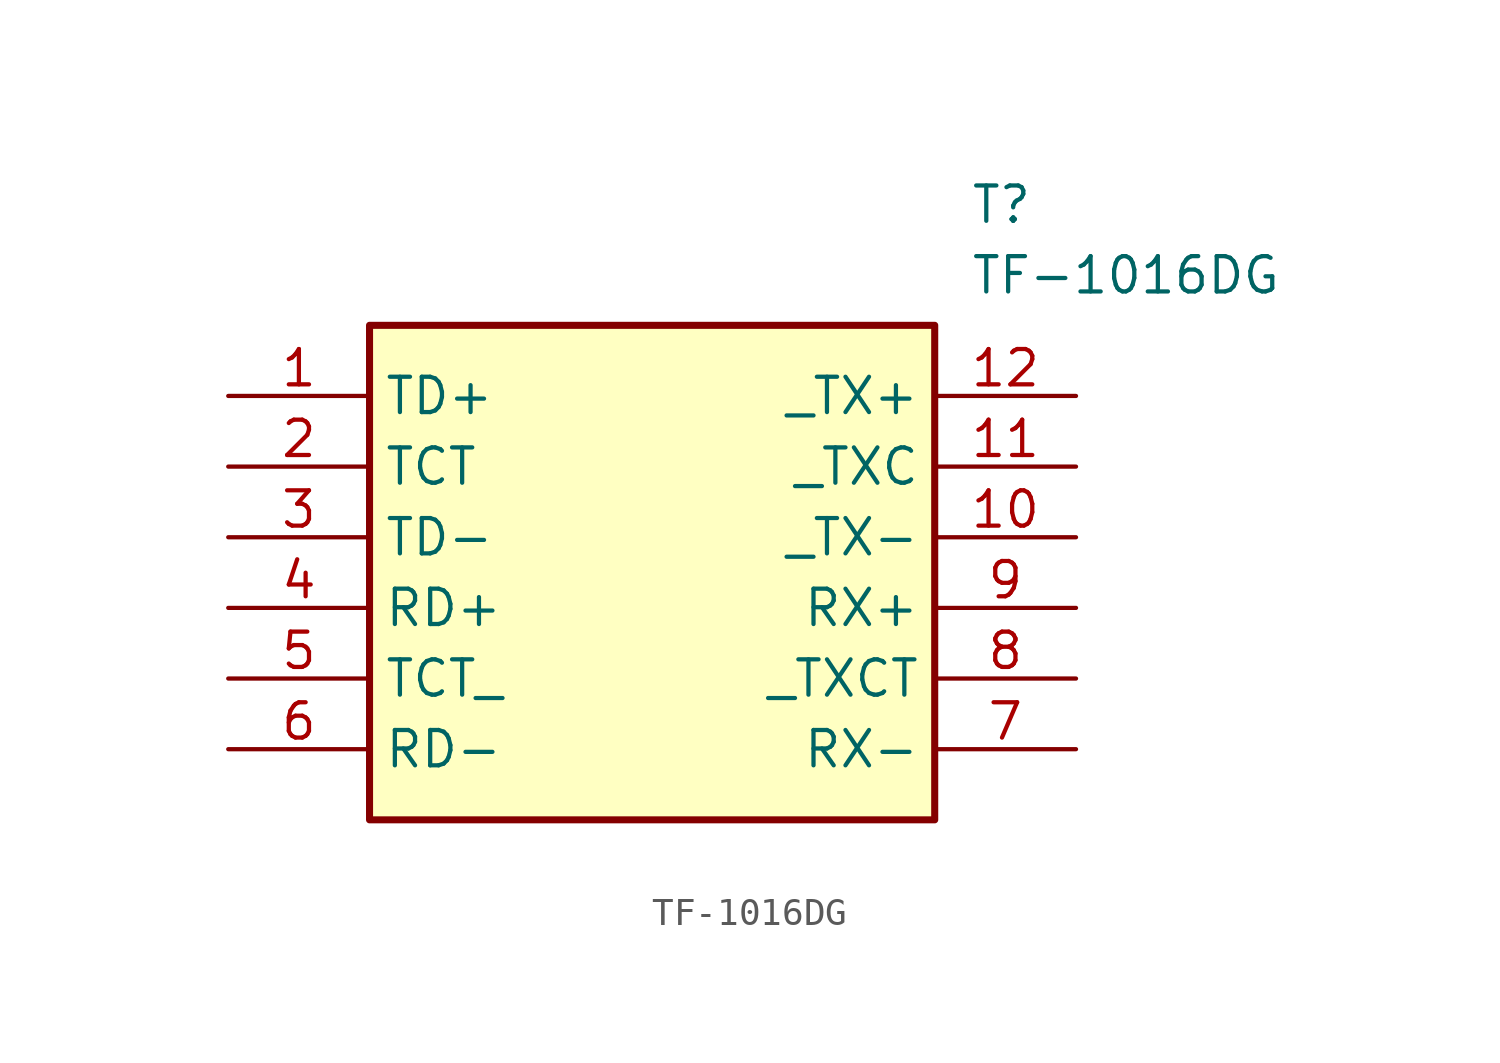
<source format=kicad_sym>
(kicad_symbol_lib
  (version 20241209)
  (generator "kicad_symbol_editor")
  (generator_version "9.0")
  (symbol "TF-1016DG"
    (property "Reference" "T"
      (at 26.67 7.62 0)
      (effects (font (size 1.27 1.27)) (justify left top)))
    (property "Value" "TF-1016DG"
      (at 26.67 5.08 0)
      (effects (font (size 1.27 1.27)) (justify left top)))
    (symbol "TF-1016DG_1_1"
      (rectangle (start 5.08 2.54) (end 25.4 -15.24) (stroke (width 0.254) (type default)) (fill (type background)))
      (pin passive line (at 0 0 0) (length 5.08) (name "TD+" (effects (font (size 1.27 1.27)))) (number "1" (effects (font (size 1.27 1.27)))))
      (pin passive line (at 0 -2.54 0) (length 5.08) (name "TCT" (effects (font (size 1.27 1.27)))) (number "2" (effects (font (size 1.27 1.27)))))
      (pin passive line (at 0 -5.08 0) (length 5.08) (name "TD-" (effects (font (size 1.27 1.27)))) (number "3" (effects (font (size 1.27 1.27)))))
      (pin passive line (at 0 -7.62 0) (length 5.08) (name "RD+" (effects (font (size 1.27 1.27)))) (number "4" (effects (font (size 1.27 1.27)))))
      (pin passive line (at 0 -10.16 0) (length 5.08) (name "TCT_" (effects (font (size 1.27 1.27)))) (number "5" (effects (font (size 1.27 1.27)))))
      (pin passive line (at 0 -12.7 0) (length 5.08) (name "RD-" (effects (font (size 1.27 1.27)))) (number "6" (effects (font (size 1.27 1.27)))))
      (pin passive line (at 30.48 0 180) (length 5.08) (name "_TX+" (effects (font (size 1.27 1.27)))) (number "12" (effects (font (size 1.27 1.27)))))
      (pin passive line (at 30.48 -2.54 180) (length 5.08) (name "_TXC" (effects (font (size 1.27 1.27)))) (number "11" (effects (font (size 1.27 1.27)))))
      (pin passive line (at 30.48 -5.08 180) (length 5.08) (name "_TX-" (effects (font (size 1.27 1.27)))) (number "10" (effects (font (size 1.27 1.27)))))
      (pin passive line (at 30.48 -7.62 180) (length 5.08) (name "RX+" (effects (font (size 1.27 1.27)))) (number "9" (effects (font (size 1.27 1.27)))))
      (pin passive line (at 30.48 -10.16 180) (length 5.08) (name "_TXCT" (effects (font (size 1.27 1.27)))) (number "8" (effects (font (size 1.27 1.27)))))
      (pin passive line (at 30.48 -12.7 180) (length 5.08) (name "RX-" (effects (font (size 1.27 1.27)))) (number "7" (effects (font (size 1.27 1.27))))))))
</source>
